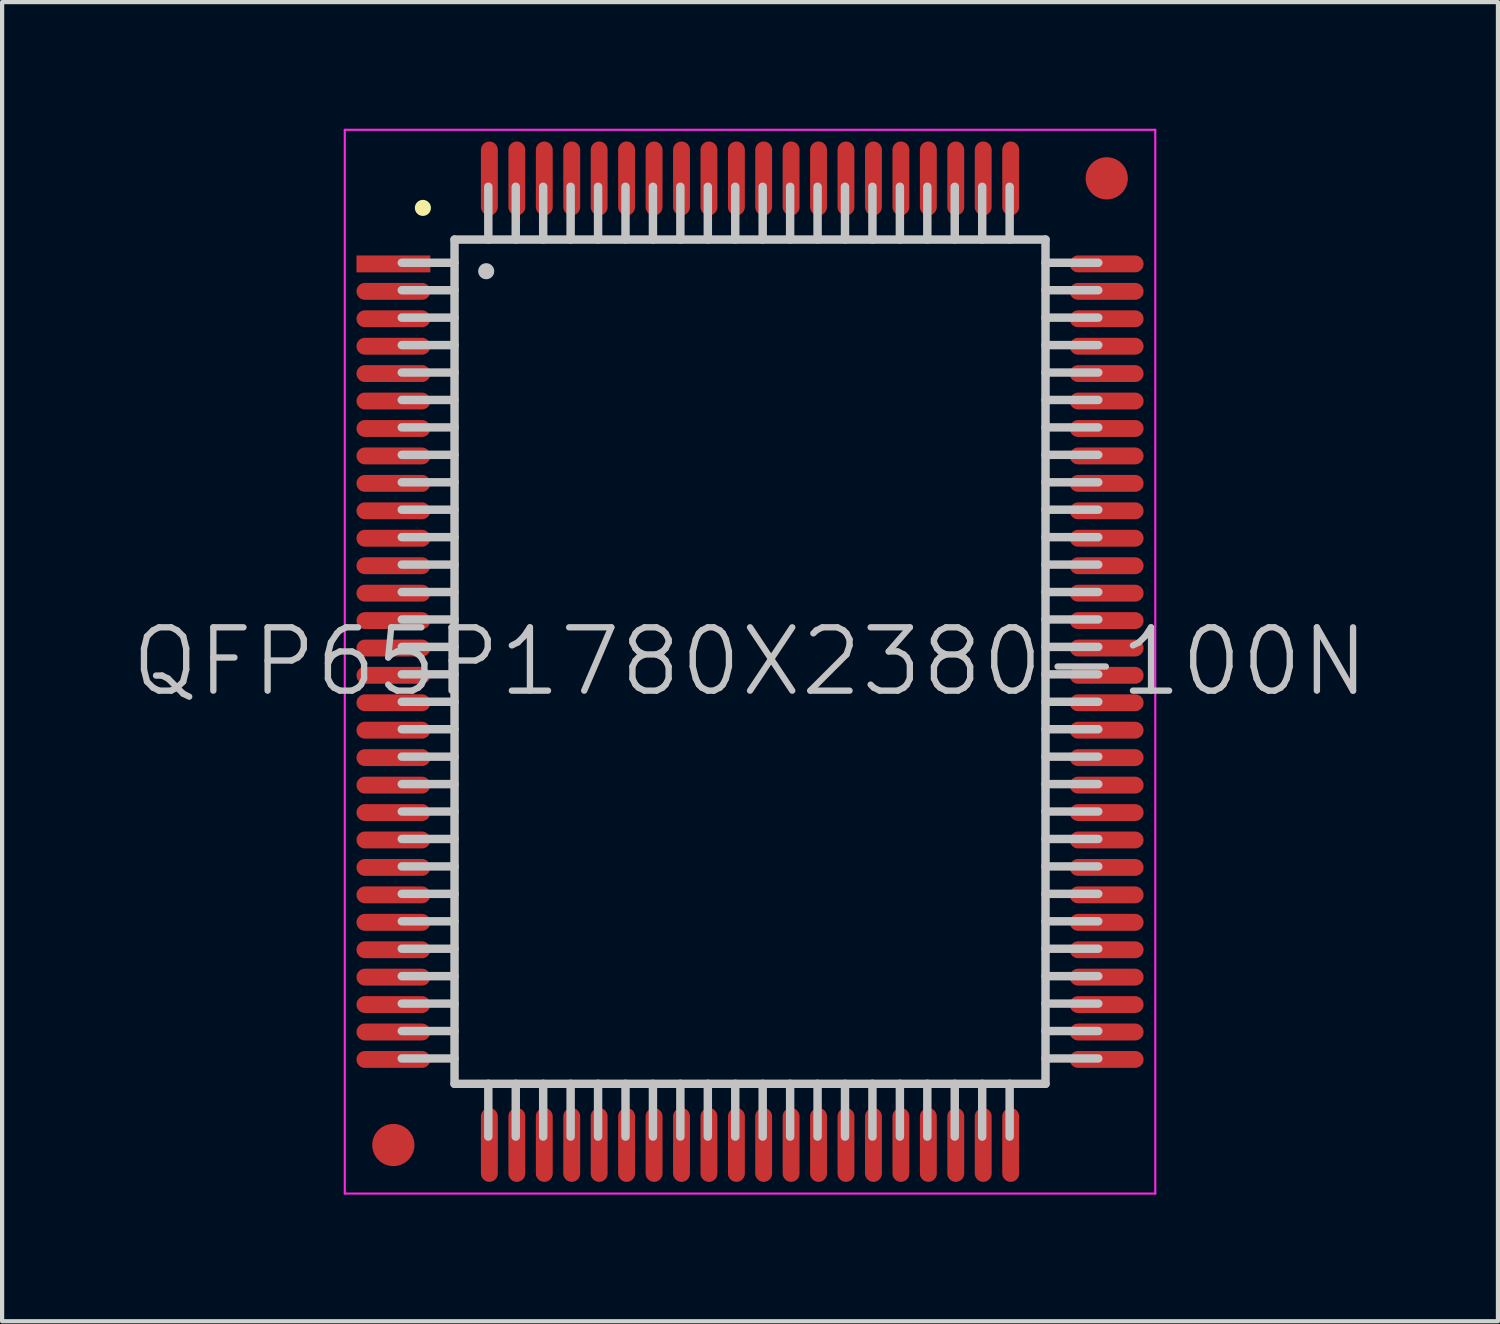
<source format=kicad_pcb>
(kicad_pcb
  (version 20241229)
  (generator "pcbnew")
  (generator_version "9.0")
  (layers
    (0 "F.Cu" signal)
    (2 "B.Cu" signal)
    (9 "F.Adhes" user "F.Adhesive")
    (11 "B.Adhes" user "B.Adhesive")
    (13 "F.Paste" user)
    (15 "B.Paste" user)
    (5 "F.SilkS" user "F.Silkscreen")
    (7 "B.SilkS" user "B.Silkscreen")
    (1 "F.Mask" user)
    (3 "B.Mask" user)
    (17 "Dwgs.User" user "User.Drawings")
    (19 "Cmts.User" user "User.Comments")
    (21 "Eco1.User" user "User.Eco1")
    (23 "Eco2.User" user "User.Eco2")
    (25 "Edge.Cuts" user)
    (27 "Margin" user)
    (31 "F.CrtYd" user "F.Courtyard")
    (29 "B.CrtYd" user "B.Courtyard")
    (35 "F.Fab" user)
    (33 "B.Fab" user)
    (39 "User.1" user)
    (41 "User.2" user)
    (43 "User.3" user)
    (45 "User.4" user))
  (footprint "QFP65P1780X2380-100N"
    (layer "F.Cu")
    (at 14.718 12.625)
    (property "Reference" "QFP65P1780X2380-100N" (at 0 0 0) (layer "Dwgs.User") (effects (font (size 1.5 1.5) (thickness 0.15))))
    (attr smd)
    (fp_line (start -7.75 -10.75) (end -7.75 -10.75) (stroke (width 0.381) (type solid)) (layer "F.SilkS"))
    (fp_line (start -7 -10) (end -7 10) (stroke (width 0.2) (type solid)) (layer "Dwgs.User"))
    (fp_line (start -7 -10) (end 7 -10) (stroke (width 0.2) (type solid)) (layer "Dwgs.User"))
    (fp_line (start -7 -9.45) (end -8.25 -9.45) (stroke (width 0.2) (type solid)) (layer "Dwgs.User"))
    (fp_line (start -7 -8.8) (end -8.25 -8.8) (stroke (width 0.2) (type solid)) (layer "Dwgs.User"))
    (fp_line (start -7 -8.15) (end -8.25 -8.15) (stroke (width 0.2) (type solid)) (layer "Dwgs.User"))
    (fp_line (start -7 -7.5) (end -8.25 -7.5) (stroke (width 0.2) (type solid)) (layer "Dwgs.User"))
    (fp_line (start -7 -6.85) (end -8.25 -6.85) (stroke (width 0.2) (type solid)) (layer "Dwgs.User"))
    (fp_line (start -7 -6.2) (end -8.25 -6.2) (stroke (width 0.2) (type solid)) (layer "Dwgs.User"))
    (fp_line (start -7 -5.55) (end -8.25 -5.55) (stroke (width 0.2) (type solid)) (layer "Dwgs.User"))
    (fp_line (start -7 -4.9) (end -8.25 -4.9) (stroke (width 0.2) (type solid)) (layer "Dwgs.User"))
    (fp_line (start -7 -4.25) (end -8.25 -4.25) (stroke (width 0.2) (type solid)) (layer "Dwgs.User"))
    (fp_line (start -7 -3.6) (end -8.25 -3.6) (stroke (width 0.2) (type solid)) (layer "Dwgs.User"))
    (fp_line (start -7 -2.95) (end -8.25 -2.95) (stroke (width 0.2) (type solid)) (layer "Dwgs.User"))
    (fp_line (start -7 -2.3) (end -8.25 -2.3) (stroke (width 0.2) (type solid)) (layer "Dwgs.User"))
    (fp_line (start -7 -1.65) (end -8.25 -1.65) (stroke (width 0.2) (type solid)) (layer "Dwgs.User"))
    (fp_line (start -7 -1) (end -8.25 -1) (stroke (width 0.2) (type solid)) (layer "Dwgs.User"))
    (fp_line (start -7 -0.35) (end -8.25 -0.35) (stroke (width 0.2) (type solid)) (layer "Dwgs.User"))
    (fp_line (start -7 0.3) (end -8.25 0.3) (stroke (width 0.2) (type solid)) (layer "Dwgs.User"))
    (fp_line (start -7 0.95) (end -8.25 0.95) (stroke (width 0.2) (type solid)) (layer "Dwgs.User"))
    (fp_line (start -7 1.6) (end -8.25 1.6) (stroke (width 0.2) (type solid)) (layer "Dwgs.User"))
    (fp_line (start -7 2.25) (end -8.25 2.25) (stroke (width 0.2) (type solid)) (layer "Dwgs.User"))
    (fp_line (start -7 2.9) (end -8.25 2.9) (stroke (width 0.2) (type solid)) (layer "Dwgs.User"))
    (fp_line (start -7 3.55) (end -8.25 3.55) (stroke (width 0.2) (type solid)) (layer "Dwgs.User"))
    (fp_line (start -7 4.2) (end -8.25 4.2) (stroke (width 0.2) (type solid)) (layer "Dwgs.User"))
    (fp_line (start -7 4.85) (end -8.25 4.85) (stroke (width 0.2) (type solid)) (layer "Dwgs.User"))
    (fp_line (start -7 5.5) (end -8.25 5.5) (stroke (width 0.2) (type solid)) (layer "Dwgs.User"))
    (fp_line (start -7 6.15) (end -8.25 6.15) (stroke (width 0.2) (type solid)) (layer "Dwgs.User"))
    (fp_line (start -7 6.8) (end -8.25 6.8) (stroke (width 0.2) (type solid)) (layer "Dwgs.User"))
    (fp_line (start -7 7.45) (end -8.25 7.45) (stroke (width 0.2) (type solid)) (layer "Dwgs.User"))
    (fp_line (start -7 8.1) (end -8.25 8.1) (stroke (width 0.2) (type solid)) (layer "Dwgs.User"))
    (fp_line (start -7 8.75) (end -8.25 8.75) (stroke (width 0.2) (type solid)) (layer "Dwgs.User"))
    (fp_line (start -7 9.4) (end -8.25 9.4) (stroke (width 0.2) (type solid)) (layer "Dwgs.User"))
    (fp_line (start -7 10) (end 7 10) (stroke (width 0.2) (type solid)) (layer "Dwgs.User"))
    (fp_line (start -6.25 -9.25) (end -6.25 -9.25) (stroke (width 0.381) (type solid)) (layer "Dwgs.User"))
    (fp_line (start -6.2 -11.25) (end -6.2 -10) (stroke (width 0.2) (type solid)) (layer "Dwgs.User"))
    (fp_line (start -6.2 10) (end -6.2 11.25) (stroke (width 0.2) (type solid)) (layer "Dwgs.User"))
    (fp_line (start -5.55 -11.25) (end -5.55 -10) (stroke (width 0.2) (type solid)) (layer "Dwgs.User"))
    (fp_line (start -5.55 10) (end -5.55 11.25) (stroke (width 0.2) (type solid)) (layer "Dwgs.User"))
    (fp_line (start -4.9 -11.25) (end -4.9 -10) (stroke (width 0.2) (type solid)) (layer "Dwgs.User"))
    (fp_line (start -4.9 10) (end -4.9 11.25) (stroke (width 0.2) (type solid)) (layer "Dwgs.User"))
    (fp_line (start -4.25 -11.25) (end -4.25 -10) (stroke (width 0.2) (type solid)) (layer "Dwgs.User"))
    (fp_line (start -4.25 10) (end -4.25 11.25) (stroke (width 0.2) (type solid)) (layer "Dwgs.User"))
    (fp_line (start -3.6 -11.25) (end -3.6 -10) (stroke (width 0.2) (type solid)) (layer "Dwgs.User"))
    (fp_line (start -3.6 10) (end -3.6 11.25) (stroke (width 0.2) (type solid)) (layer "Dwgs.User"))
    (fp_line (start -2.95 -11.25) (end -2.95 -10) (stroke (width 0.2) (type solid)) (layer "Dwgs.User"))
    (fp_line (start -2.95 10) (end -2.95 11.25) (stroke (width 0.2) (type solid)) (layer "Dwgs.User"))
    (fp_line (start -2.3 -11.25) (end -2.3 -10) (stroke (width 0.2) (type solid)) (layer "Dwgs.User"))
    (fp_line (start -2.3 10) (end -2.3 11.25) (stroke (width 0.2) (type solid)) (layer "Dwgs.User"))
    (fp_line (start -1.65 -11.25) (end -1.65 -10) (stroke (width 0.2) (type solid)) (layer "Dwgs.User"))
    (fp_line (start -1.65 10) (end -1.65 11.25) (stroke (width 0.2) (type solid)) (layer "Dwgs.User"))
    (fp_line (start -1 -11.25) (end -1 -10) (stroke (width 0.2) (type solid)) (layer "Dwgs.User"))
    (fp_line (start -1 10) (end -1 11.25) (stroke (width 0.2) (type solid)) (layer "Dwgs.User"))
    (fp_line (start -0.35 -11.25) (end -0.35 -10) (stroke (width 0.2) (type solid)) (layer "Dwgs.User"))
    (fp_line (start -0.35 10) (end -0.35 11.25) (stroke (width 0.2) (type solid)) (layer "Dwgs.User"))
    (fp_line (start 0.3 -11.25) (end 0.3 -10) (stroke (width 0.2) (type solid)) (layer "Dwgs.User"))
    (fp_line (start 0.3 10) (end 0.3 11.25) (stroke (width 0.2) (type solid)) (layer "Dwgs.User"))
    (fp_line (start 0.95 -11.25) (end 0.95 -10) (stroke (width 0.2) (type solid)) (layer "Dwgs.User"))
    (fp_line (start 0.95 10) (end 0.95 11.25) (stroke (width 0.2) (type solid)) (layer "Dwgs.User"))
    (fp_line (start 1.6 -11.25) (end 1.6 -10) (stroke (width 0.2) (type solid)) (layer "Dwgs.User"))
    (fp_line (start 1.6 10) (end 1.6 11.25) (stroke (width 0.2) (type solid)) (layer "Dwgs.User"))
    (fp_line (start 2.25 -11.25) (end 2.25 -10) (stroke (width 0.2) (type solid)) (layer "Dwgs.User"))
    (fp_line (start 2.25 10) (end 2.25 11.25) (stroke (width 0.2) (type solid)) (layer "Dwgs.User"))
    (fp_line (start 2.9 -11.25) (end 2.9 -10) (stroke (width 0.2) (type solid)) (layer "Dwgs.User"))
    (fp_line (start 2.9 10) (end 2.9 11.25) (stroke (width 0.2) (type solid)) (layer "Dwgs.User"))
    (fp_line (start 3.55 -11.25) (end 3.55 -10) (stroke (width 0.2) (type solid)) (layer "Dwgs.User"))
    (fp_line (start 3.55 10) (end 3.55 11.25) (stroke (width 0.2) (type solid)) (layer "Dwgs.User"))
    (fp_line (start 4.2 -11.25) (end 4.2 -10) (stroke (width 0.2) (type solid)) (layer "Dwgs.User"))
    (fp_line (start 4.2 10) (end 4.2 11.25) (stroke (width 0.2) (type solid)) (layer "Dwgs.User"))
    (fp_line (start 4.85 -11.25) (end 4.85 -10) (stroke (width 0.2) (type solid)) (layer "Dwgs.User"))
    (fp_line (start 4.85 10) (end 4.85 11.25) (stroke (width 0.2) (type solid)) (layer "Dwgs.User"))
    (fp_line (start 5.5 -11.25) (end 5.5 -10) (stroke (width 0.2) (type solid)) (layer "Dwgs.User"))
    (fp_line (start 5.5 10) (end 5.5 11.25) (stroke (width 0.2) (type solid)) (layer "Dwgs.User"))
    (fp_line (start 6.15 -11.25) (end 6.15 -10) (stroke (width 0.2) (type solid)) (layer "Dwgs.User"))
    (fp_line (start 6.15 10) (end 6.15 11.25) (stroke (width 0.2) (type solid)) (layer "Dwgs.User"))
    (fp_line (start 7 -10) (end 7 10) (stroke (width 0.2) (type solid)) (layer "Dwgs.User"))
    (fp_line (start 8.25 -9.45) (end 7 -9.45) (stroke (width 0.2) (type solid)) (layer "Dwgs.User"))
    (fp_line (start 8.25 -8.8) (end 7 -8.8) (stroke (width 0.2) (type solid)) (layer "Dwgs.User"))
    (fp_line (start 8.25 -8.15) (end 7 -8.15) (stroke (width 0.2) (type solid)) (layer "Dwgs.User"))
    (fp_line (start 8.25 -7.5) (end 7 -7.5) (stroke (width 0.2) (type solid)) (layer "Dwgs.User"))
    (fp_line (start 8.25 -6.85) (end 7 -6.85) (stroke (width 0.2) (type solid)) (layer "Dwgs.User"))
    (fp_line (start 8.25 -6.2) (end 7 -6.2) (stroke (width 0.2) (type solid)) (layer "Dwgs.User"))
    (fp_line (start 8.25 -5.55) (end 7 -5.55) (stroke (width 0.2) (type solid)) (layer "Dwgs.User"))
    (fp_line (start 8.25 -4.9) (end 7 -4.9) (stroke (width 0.2) (type solid)) (layer "Dwgs.User"))
    (fp_line (start 8.25 -4.25) (end 7 -4.25) (stroke (width 0.2) (type solid)) (layer "Dwgs.User"))
    (fp_line (start 8.25 -3.6) (end 7 -3.6) (stroke (width 0.2) (type solid)) (layer "Dwgs.User"))
    (fp_line (start 8.25 -2.95) (end 7 -2.95) (stroke (width 0.2) (type solid)) (layer "Dwgs.User"))
    (fp_line (start 8.25 -2.3) (end 7 -2.3) (stroke (width 0.2) (type solid)) (layer "Dwgs.User"))
    (fp_line (start 8.25 -1.65) (end 7 -1.65) (stroke (width 0.2) (type solid)) (layer "Dwgs.User"))
    (fp_line (start 8.25 -1) (end 7 -1) (stroke (width 0.2) (type solid)) (layer "Dwgs.User"))
    (fp_line (start 8.25 -0.35) (end 7 -0.35) (stroke (width 0.2) (type solid)) (layer "Dwgs.User"))
    (fp_line (start 8.25 0.3) (end 7 0.3) (stroke (width 0.2) (type solid)) (layer "Dwgs.User"))
    (fp_line (start 8.25 0.95) (end 7 0.95) (stroke (width 0.2) (type solid)) (layer "Dwgs.User"))
    (fp_line (start 8.25 1.6) (end 7 1.6) (stroke (width 0.2) (type solid)) (layer "Dwgs.User"))
    (fp_line (start 8.25 2.25) (end 7 2.25) (stroke (width 0.2) (type solid)) (layer "Dwgs.User"))
    (fp_line (start 8.25 2.9) (end 7 2.9) (stroke (width 0.2) (type solid)) (layer "Dwgs.User"))
    (fp_line (start 8.25 3.55) (end 7 3.55) (stroke (width 0.2) (type solid)) (layer "Dwgs.User"))
    (fp_line (start 8.25 4.2) (end 7 4.2) (stroke (width 0.2) (type solid)) (layer "Dwgs.User"))
    (fp_line (start 8.25 4.85) (end 7 4.85) (stroke (width 0.2) (type solid)) (layer "Dwgs.User"))
    (fp_line (start 8.25 5.5) (end 7 5.5) (stroke (width 0.2) (type solid)) (layer "Dwgs.User"))
    (fp_line (start 8.25 6.15) (end 7 6.15) (stroke (width 0.2) (type solid)) (layer "Dwgs.User"))
    (fp_line (start 8.25 6.8) (end 7 6.8) (stroke (width 0.2) (type solid)) (layer "Dwgs.User"))
    (fp_line (start 8.25 7.45) (end 7 7.45) (stroke (width 0.2) (type solid)) (layer "Dwgs.User"))
    (fp_line (start 8.25 8.1) (end 7 8.1) (stroke (width 0.2) (type solid)) (layer "Dwgs.User"))
    (fp_line (start 8.25 8.75) (end 7 8.75) (stroke (width 0.2) (type solid)) (layer "Dwgs.User"))
    (fp_line (start 8.25 9.4) (end 7 9.4) (stroke (width 0.2) (type solid)) (layer "Dwgs.User"))
    (fp_line (start -9.6 -12.6) (end -9.6 12.6) (stroke (width 0.05) (type solid)) (layer "F.CrtYd"))
    (fp_line (start -9.6 -12.6) (end 9.6 -12.6) (stroke (width 0.05) (type solid)) (layer "F.CrtYd"))
    (fp_line (start -9.6 12.6) (end 9.6 12.6) (stroke (width 0.05) (type solid)) (layer "F.CrtYd"))
    (fp_line (start 9.6 -12.6) (end 9.6 12.6) (stroke (width 0.05) (type solid)) (layer "F.CrtYd"))
    (pad "" smd circle (at -8.45 11.45) (size 1 1) (layers "F.Cu" "F.Mask"))
    (pad "" smd circle (at 8.45 -11.45) (size 1 1) (layers "F.Cu" "F.Mask"))
    (pad "1" smd rect (at -8.448 -9.423 90) (size 0.4 1.75) (layers "F.Cu" "F.Mask" "F.Paste"))
    (pad "2" smd oval (at -8.448 -8.773 90) (size 0.4 1.75) (layers "F.Cu" "F.Mask" "F.Paste"))
    (pad "3" smd oval (at -8.448 -8.123 90) (size 0.4 1.75) (layers "F.Cu" "F.Mask" "F.Paste"))
    (pad "4" smd oval (at -8.448 -7.473 90) (size 0.4 1.75) (layers "F.Cu" "F.Mask" "F.Paste"))
    (pad "5" smd oval (at -8.448 -6.825 90) (size 0.4 1.75) (layers "F.Cu" "F.Mask" "F.Paste"))
    (pad "6" smd oval (at -8.448 -6.175 90) (size 0.4 1.75) (layers "F.Cu" "F.Mask" "F.Paste"))
    (pad "7" smd oval (at -8.448 -5.524 90) (size 0.4 1.75) (layers "F.Cu" "F.Mask" "F.Paste"))
    (pad "8" smd oval (at -8.448 -4.874 90) (size 0.4 1.75) (layers "F.Cu" "F.Mask" "F.Paste"))
    (pad "9" smd oval (at -8.448 -4.224 90) (size 0.4 1.75) (layers "F.Cu" "F.Mask" "F.Paste"))
    (pad "10" smd oval (at -8.448 -3.574 90) (size 0.4 1.75) (layers "F.Cu" "F.Mask" "F.Paste"))
    (pad "11" smd oval (at -8.448 -2.924 90) (size 0.4 1.75) (layers "F.Cu" "F.Mask" "F.Paste"))
    (pad "12" smd oval (at -8.448 -2.273 90) (size 0.4 1.75) (layers "F.Cu" "F.Mask" "F.Paste"))
    (pad "13" smd oval (at -8.448 -1.623 90) (size 0.4 1.75) (layers "F.Cu" "F.Mask" "F.Paste"))
    (pad "14" smd oval (at -8.448 -0.973 90) (size 0.4 1.75) (layers "F.Cu" "F.Mask" "F.Paste"))
    (pad "15" smd oval (at -8.448 -0.323 90) (size 0.4 1.75) (layers "F.Cu" "F.Mask" "F.Paste"))
    (pad "16" smd oval (at -8.448 0.323 90) (size 0.4 1.75) (layers "F.Cu" "F.Mask" "F.Paste"))
    (pad "17" smd oval (at -8.448 0.973 90) (size 0.4 1.75) (layers "F.Cu" "F.Mask" "F.Paste"))
    (pad "18" smd oval (at -8.448 1.623 90) (size 0.4 1.75) (layers "F.Cu" "F.Mask" "F.Paste"))
    (pad "19" smd oval (at -8.448 2.273 90) (size 0.4 1.75) (layers "F.Cu" "F.Mask" "F.Paste"))
    (pad "20" smd oval (at -8.448 2.924 90) (size 0.4 1.75) (layers "F.Cu" "F.Mask" "F.Paste"))
    (pad "21" smd oval (at -8.448 3.574 90) (size 0.4 1.75) (layers "F.Cu" "F.Mask" "F.Paste"))
    (pad "22" smd oval (at -8.448 4.224 90) (size 0.4 1.75) (layers "F.Cu" "F.Mask" "F.Paste"))
    (pad "23" smd oval (at -8.448 4.874 90) (size 0.4 1.75) (layers "F.Cu" "F.Mask" "F.Paste"))
    (pad "24" smd oval (at -8.448 5.524 90) (size 0.4 1.75) (layers "F.Cu" "F.Mask" "F.Paste"))
    (pad "25" smd oval (at -8.448 6.175 90) (size 0.4 1.75) (layers "F.Cu" "F.Mask" "F.Paste"))
    (pad "26" smd oval (at -8.448 6.825 90) (size 0.4 1.75) (layers "F.Cu" "F.Mask" "F.Paste"))
    (pad "27" smd oval (at -8.448 7.473 90) (size 0.4 1.75) (layers "F.Cu" "F.Mask" "F.Paste"))
    (pad "28" smd oval (at -8.448 8.123 90) (size 0.4 1.75) (layers "F.Cu" "F.Mask" "F.Paste"))
    (pad "29" smd oval (at -8.448 8.773 90) (size 0.4 1.75) (layers "F.Cu" "F.Mask" "F.Paste"))
    (pad "30" smd oval (at -8.448 9.423 90) (size 0.4 1.75) (layers "F.Cu" "F.Mask" "F.Paste"))
    (pad "31" smd oval (at -6.175 11.448 180) (size 0.4 1.75) (layers "F.Cu" "F.Mask" "F.Paste"))
    (pad "32" smd oval (at -5.524 11.448 180) (size 0.4 1.75) (layers "F.Cu" "F.Mask" "F.Paste"))
    (pad "33" smd oval (at -4.874 11.448 180) (size 0.4 1.75) (layers "F.Cu" "F.Mask" "F.Paste"))
    (pad "34" smd oval (at -4.224 11.448 180) (size 0.4 1.75) (layers "F.Cu" "F.Mask" "F.Paste"))
    (pad "35" smd oval (at -3.574 11.448 180) (size 0.4 1.75) (layers "F.Cu" "F.Mask" "F.Paste"))
    (pad "36" smd oval (at -2.924 11.448 180) (size 0.4 1.75) (layers "F.Cu" "F.Mask" "F.Paste"))
    (pad "37" smd oval (at -2.273 11.448 180) (size 0.4 1.75) (layers "F.Cu" "F.Mask" "F.Paste"))
    (pad "38" smd oval (at -1.623 11.448 180) (size 0.4 1.75) (layers "F.Cu" "F.Mask" "F.Paste"))
    (pad "39" smd oval (at -0.973 11.448 180) (size 0.4 1.75) (layers "F.Cu" "F.Mask" "F.Paste"))
    (pad "40" smd oval (at -0.323 11.448 180) (size 0.4 1.75) (layers "F.Cu" "F.Mask" "F.Paste"))
    (pad "41" smd oval (at 0.323 11.448 180) (size 0.4 1.75) (layers "F.Cu" "F.Mask" "F.Paste"))
    (pad "42" smd oval (at 0.973 11.448 180) (size 0.4 1.75) (layers "F.Cu" "F.Mask" "F.Paste"))
    (pad "43" smd oval (at 1.623 11.448 180) (size 0.4 1.75) (layers "F.Cu" "F.Mask" "F.Paste"))
    (pad "44" smd oval (at 2.273 11.448 180) (size 0.4 1.75) (layers "F.Cu" "F.Mask" "F.Paste"))
    (pad "45" smd oval (at 2.924 11.448 180) (size 0.4 1.75) (layers "F.Cu" "F.Mask" "F.Paste"))
    (pad "46" smd oval (at 3.574 11.448 180) (size 0.4 1.75) (layers "F.Cu" "F.Mask" "F.Paste"))
    (pad "47" smd oval (at 4.224 11.448 180) (size 0.4 1.75) (layers "F.Cu" "F.Mask" "F.Paste"))
    (pad "48" smd oval (at 4.874 11.448 180) (size 0.4 1.75) (layers "F.Cu" "F.Mask" "F.Paste"))
    (pad "49" smd oval (at 5.524 11.448 180) (size 0.4 1.75) (layers "F.Cu" "F.Mask" "F.Paste"))
    (pad "50" smd oval (at 6.175 11.448 180) (size 0.4 1.75) (layers "F.Cu" "F.Mask" "F.Paste"))
    (pad "51" smd oval (at 8.448 9.423 270) (size 0.4 1.75) (layers "F.Cu" "F.Mask" "F.Paste"))
    (pad "52" smd oval (at 8.448 8.773 270) (size 0.4 1.75) (layers "F.Cu" "F.Mask" "F.Paste"))
    (pad "53" smd oval (at 8.448 8.123 270) (size 0.4 1.75) (layers "F.Cu" "F.Mask" "F.Paste"))
    (pad "54" smd oval (at 8.448 7.473 270) (size 0.4 1.75) (layers "F.Cu" "F.Mask" "F.Paste"))
    (pad "55" smd oval (at 8.448 6.825 270) (size 0.4 1.75) (layers "F.Cu" "F.Mask" "F.Paste"))
    (pad "56" smd oval (at 8.448 6.175 270) (size 0.4 1.75) (layers "F.Cu" "F.Mask" "F.Paste"))
    (pad "57" smd oval (at 8.448 5.524 270) (size 0.4 1.75) (layers "F.Cu" "F.Mask" "F.Paste"))
    (pad "58" smd oval (at 8.448 4.874 270) (size 0.4 1.75) (layers "F.Cu" "F.Mask" "F.Paste"))
    (pad "59" smd oval (at 8.448 4.224 270) (size 0.4 1.75) (layers "F.Cu" "F.Mask" "F.Paste"))
    (pad "60" smd oval (at 8.448 3.574 270) (size 0.4 1.75) (layers "F.Cu" "F.Mask" "F.Paste"))
    (pad "61" smd oval (at 8.448 2.924 270) (size 0.4 1.75) (layers "F.Cu" "F.Mask" "F.Paste"))
    (pad "62" smd oval (at 8.448 2.273 270) (size 0.4 1.75) (layers "F.Cu" "F.Mask" "F.Paste"))
    (pad "63" smd oval (at 8.448 1.623 270) (size 0.4 1.75) (layers "F.Cu" "F.Mask" "F.Paste"))
    (pad "64" smd oval (at 8.448 0.973 270) (size 0.4 1.75) (layers "F.Cu" "F.Mask" "F.Paste"))
    (pad "65" smd oval (at 8.448 0.323 270) (size 0.4 1.75) (layers "F.Cu" "F.Mask" "F.Paste"))
    (pad "66" smd oval (at 8.448 -0.323 270) (size 0.4 1.75) (layers "F.Cu" "F.Mask" "F.Paste"))
    (pad "67" smd oval (at 8.448 -0.973 270) (size 0.4 1.75) (layers "F.Cu" "F.Mask" "F.Paste"))
    (pad "68" smd oval (at 8.448 -1.623 270) (size 0.4 1.75) (layers "F.Cu" "F.Mask" "F.Paste"))
    (pad "69" smd oval (at 8.448 -2.273 270) (size 0.4 1.75) (layers "F.Cu" "F.Mask" "F.Paste"))
    (pad "70" smd oval (at 8.448 -2.924 270) (size 0.4 1.75) (layers "F.Cu" "F.Mask" "F.Paste"))
    (pad "71" smd oval (at 8.448 -3.574 270) (size 0.4 1.75) (layers "F.Cu" "F.Mask" "F.Paste"))
    (pad "72" smd oval (at 8.448 -4.224 270) (size 0.4 1.75) (layers "F.Cu" "F.Mask" "F.Paste"))
    (pad "73" smd oval (at 8.448 -4.874 270) (size 0.4 1.75) (layers "F.Cu" "F.Mask" "F.Paste"))
    (pad "74" smd oval (at 8.448 -5.524 270) (size 0.4 1.75) (layers "F.Cu" "F.Mask" "F.Paste"))
    (pad "75" smd oval (at 8.448 -6.175 270) (size 0.4 1.75) (layers "F.Cu" "F.Mask" "F.Paste"))
    (pad "76" smd oval (at 8.448 -6.825 270) (size 0.4 1.75) (layers "F.Cu" "F.Mask" "F.Paste"))
    (pad "77" smd oval (at 8.448 -7.473 270) (size 0.4 1.75) (layers "F.Cu" "F.Mask" "F.Paste"))
    (pad "78" smd oval (at 8.448 -8.123 270) (size 0.4 1.75) (layers "F.Cu" "F.Mask" "F.Paste"))
    (pad "79" smd oval (at 8.448 -8.773 270) (size 0.4 1.75) (layers "F.Cu" "F.Mask" "F.Paste"))
    (pad "80" smd oval (at 8.448 -9.423 270) (size 0.4 1.75) (layers "F.Cu" "F.Mask" "F.Paste"))
    (pad "81" smd oval (at 6.175 -11.448) (size 0.4 1.75) (layers "F.Cu" "F.Mask" "F.Paste"))
    (pad "82" smd oval (at 5.524 -11.448) (size 0.4 1.75) (layers "F.Cu" "F.Mask" "F.Paste"))
    (pad "83" smd oval (at 4.874 -11.448) (size 0.4 1.75) (layers "F.Cu" "F.Mask" "F.Paste"))
    (pad "84" smd oval (at 4.224 -11.448) (size 0.4 1.75) (layers "F.Cu" "F.Mask" "F.Paste"))
    (pad "85" smd oval (at 3.574 -11.448) (size 0.4 1.75) (layers "F.Cu" "F.Mask" "F.Paste"))
    (pad "86" smd oval (at 2.924 -11.448) (size 0.4 1.75) (layers "F.Cu" "F.Mask" "F.Paste"))
    (pad "87" smd oval (at 2.273 -11.448) (size 0.4 1.75) (layers "F.Cu" "F.Mask" "F.Paste"))
    (pad "88" smd oval (at 1.623 -11.448) (size 0.4 1.75) (layers "F.Cu" "F.Mask" "F.Paste"))
    (pad "89" smd oval (at 0.973 -11.448) (size 0.4 1.75) (layers "F.Cu" "F.Mask" "F.Paste"))
    (pad "90" smd oval (at 0.323 -11.448) (size 0.4 1.75) (layers "F.Cu" "F.Mask" "F.Paste"))
    (pad "91" smd oval (at -0.323 -11.448) (size 0.4 1.75) (layers "F.Cu" "F.Mask" "F.Paste"))
    (pad "92" smd oval (at -0.973 -11.448) (size 0.4 1.75) (layers "F.Cu" "F.Mask" "F.Paste"))
    (pad "93" smd oval (at -1.623 -11.448) (size 0.4 1.75) (layers "F.Cu" "F.Mask" "F.Paste"))
    (pad "94" smd oval (at -2.273 -11.448) (size 0.4 1.75) (layers "F.Cu" "F.Mask" "F.Paste"))
    (pad "95" smd oval (at -2.924 -11.448) (size 0.4 1.75) (layers "F.Cu" "F.Mask" "F.Paste"))
    (pad "96" smd oval (at -3.574 -11.448) (size 0.4 1.75) (layers "F.Cu" "F.Mask" "F.Paste"))
    (pad "97" smd oval (at -4.224 -11.448) (size 0.4 1.75) (layers "F.Cu" "F.Mask" "F.Paste"))
    (pad "98" smd oval (at -4.874 -11.448) (size 0.4 1.75) (layers "F.Cu" "F.Mask" "F.Paste"))
    (pad "99" smd oval (at -5.524 -11.448) (size 0.4 1.75) (layers "F.Cu" "F.Mask" "F.Paste"))
    (pad "100" smd oval (at -6.175 -11.448) (size 0.4 1.75) (layers "F.Cu" "F.Mask" "F.Paste")))
  (gr_rect
    (start -3 -3)
    (end 32.436 28.25)
    (stroke (width 0.1) (type default))
    (fill no)
    (layer "Edge.Cuts")))
</source>
